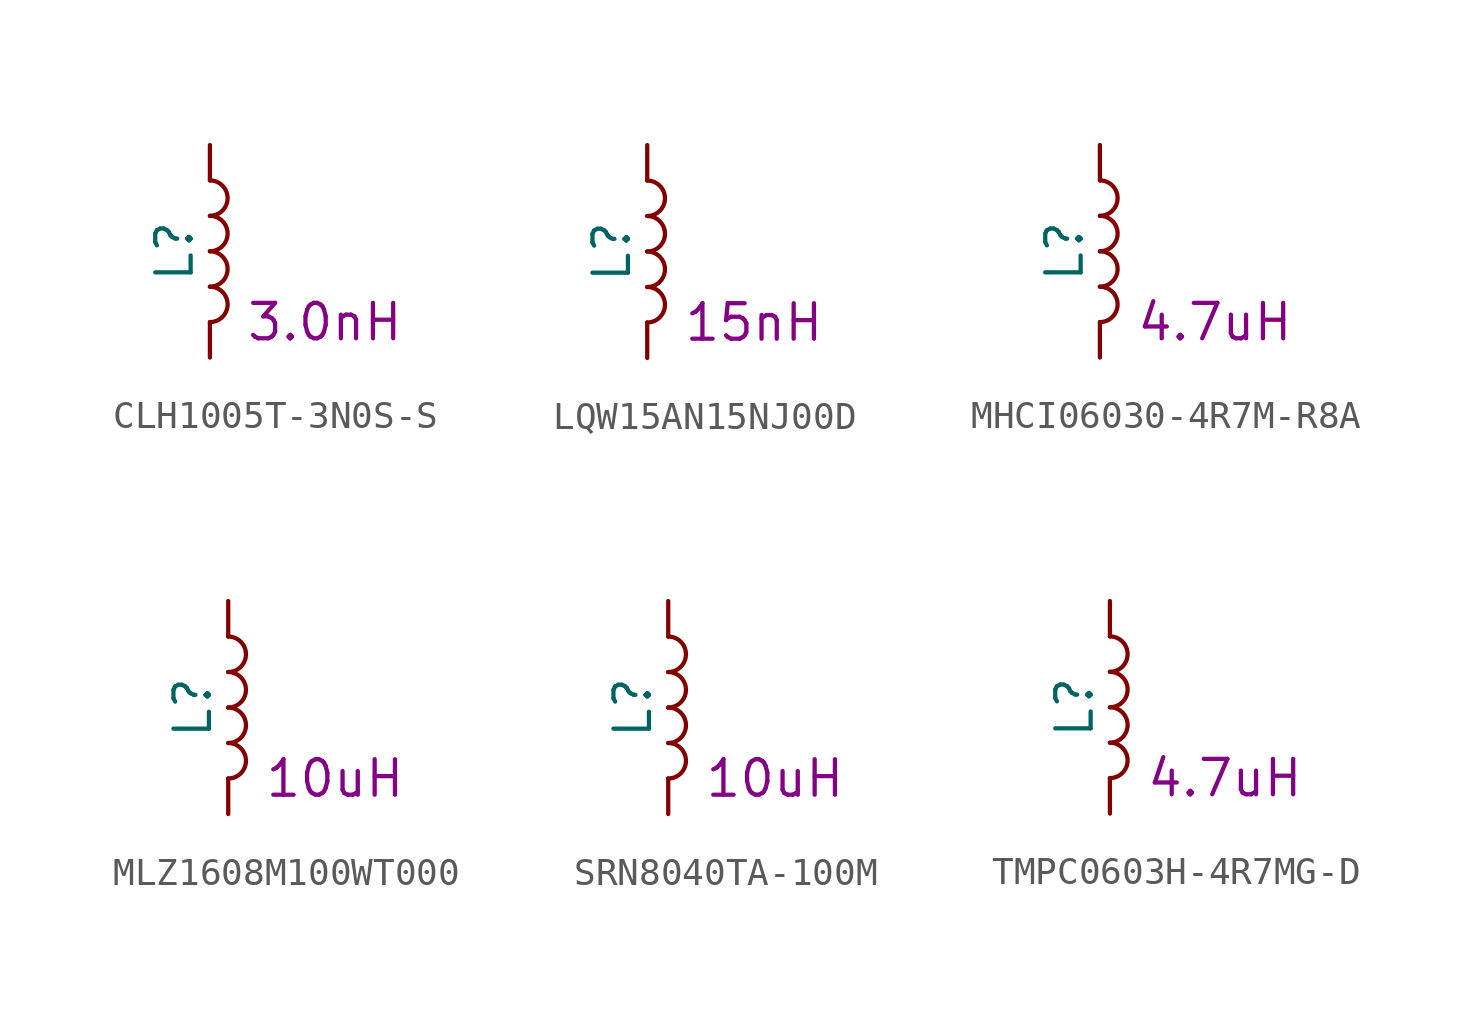
<source format=kicad_sym>
(kicad_symbol_lib
  (version 20220914)
  (generator kicad_symbol_editor)
  (symbol "CLH1005T-3N0S-S"
    (pin_numbers hide)
    (pin_names
      (offset 1.016) hide)
    (property "Reference" "L"
      (at -1.27 0 90)
      (effects (font (size 1.27 1.27))))
    (property "Inductance" "3.0nH"
      (at 1.27 -2.54 0)
      (effects (font (size 1.27 1.27)) (justify left)))
    (symbol "CLH1005T-3N0S-S_0_1"
      (arc (start 0 -2.54) (mid 0.6323 -1.905) (end 0 -1.27) (stroke (width 0) (type default)) (fill (type none)))
      (arc (start 0 -1.27) (mid 0.6323 -0.635) (end 0 0) (stroke (width 0) (type default)) (fill (type none)))
      (arc (start 0 0) (mid 0.6323 0.635) (end 0 1.27) (stroke (width 0) (type default)) (fill (type none)))
      (arc (start 0 1.27) (mid 0.6323 1.905) (end 0 2.54) (stroke (width 0) (type default)) (fill (type none))))
    (symbol "CLH1005T-3N0S-S_1_1"
      (pin passive line (at 0 3.81 270) (length 1.27) (name "1" (effects (font (size 1.27 1.27)))) (number "1" (effects (font (size 1.27 1.27)))))
      (pin passive line (at 0 -3.81 90) (length 1.27) (name "2" (effects (font (size 1.27 1.27)))) (number "2" (effects (font (size 1.27 1.27)))))))
  (symbol "LQW15AN15NJ00D"
    (pin_numbers hide)
    (pin_names
      (offset 1.016) hide)
    (property "Reference" "L"
      (at -1.27 0 90)
      (effects (font (size 1.27 1.27))))
    (property "Inductance" "15nH"
      (at 1.27 -2.54 0)
      (effects (font (size 1.27 1.27)) (justify left)))
    (symbol "LQW15AN15NJ00D_0_1"
      (arc (start 0 -2.54) (mid 0.6323 -1.905) (end 0 -1.27) (stroke (width 0) (type default)) (fill (type none)))
      (arc (start 0 -1.27) (mid 0.6323 -0.635) (end 0 0) (stroke (width 0) (type default)) (fill (type none)))
      (arc (start 0 0) (mid 0.6323 0.635) (end 0 1.27) (stroke (width 0) (type default)) (fill (type none)))
      (arc (start 0 1.27) (mid 0.6323 1.905) (end 0 2.54) (stroke (width 0) (type default)) (fill (type none))))
    (symbol "LQW15AN15NJ00D_1_1"
      (pin passive line (at 0 3.81 270) (length 1.27) (name "1" (effects (font (size 1.27 1.27)))) (number "1" (effects (font (size 1.27 1.27)))))
      (pin passive line (at 0 -3.81 90) (length 1.27) (name "2" (effects (font (size 1.27 1.27)))) (number "2" (effects (font (size 1.27 1.27)))))))
  (symbol "MHCI06030-4R7M-R8A"
    (pin_numbers hide)
    (pin_names
      (offset 1.016) hide)
    (property "Reference" "L"
      (at -1.27 0 90)
      (effects (font (size 1.27 1.27))))
    (property "Inductance" "4.7uH"
      (at 1.27 -2.54 0)
      (effects (font (size 1.27 1.27)) (justify left)))
    (symbol "MHCI06030-4R7M-R8A_0_1"
      (arc (start 0 -2.54) (mid 0.6323 -1.905) (end 0 -1.27) (stroke (width 0) (type default)) (fill (type none)))
      (arc (start 0 -1.27) (mid 0.6323 -0.635) (end 0 0) (stroke (width 0) (type default)) (fill (type none)))
      (arc (start 0 0) (mid 0.6323 0.635) (end 0 1.27) (stroke (width 0) (type default)) (fill (type none)))
      (arc (start 0 1.27) (mid 0.6323 1.905) (end 0 2.54) (stroke (width 0) (type default)) (fill (type none))))
    (symbol "MHCI06030-4R7M-R8A_1_1"
      (pin passive line (at 0 3.81 270) (length 1.27) (name "1" (effects (font (size 1.27 1.27)))) (number "1" (effects (font (size 1.27 1.27)))))
      (pin passive line (at 0 -3.81 90) (length 1.27) (name "2" (effects (font (size 1.27 1.27)))) (number "2" (effects (font (size 1.27 1.27)))))))
  (symbol "MLZ1608M100WT000"
    (pin_numbers hide)
    (pin_names
      (offset 1.016) hide)
    (property "Reference" "L"
      (at -1.27 0 90)
      (effects (font (size 1.27 1.27))))
    (property "Inductance" "10uH"
      (at 1.27 -2.54 0)
      (effects (font (size 1.27 1.27)) (justify left)))
    (symbol "MLZ1608M100WT000_0_1"
      (arc (start 0 -2.54) (mid 0.6323 -1.905) (end 0 -1.27) (stroke (width 0) (type default)) (fill (type none)))
      (arc (start 0 -1.27) (mid 0.6323 -0.635) (end 0 0) (stroke (width 0) (type default)) (fill (type none)))
      (arc (start 0 0) (mid 0.6323 0.635) (end 0 1.27) (stroke (width 0) (type default)) (fill (type none)))
      (arc (start 0 1.27) (mid 0.6323 1.905) (end 0 2.54) (stroke (width 0) (type default)) (fill (type none))))
    (symbol "MLZ1608M100WT000_1_1"
      (pin passive line (at 0 3.81 270) (length 1.27) (name "1" (effects (font (size 1.27 1.27)))) (number "1" (effects (font (size 1.27 1.27)))))
      (pin passive line (at 0 -3.81 90) (length 1.27) (name "2" (effects (font (size 1.27 1.27)))) (number "2" (effects (font (size 1.27 1.27)))))))
  (symbol "SRN8040TA-100M"
    (pin_numbers hide)
    (pin_names
      (offset 1.016) hide)
    (property "Reference" "L"
      (at -1.27 0 90)
      (effects (font (size 1.27 1.27))))
    (property "Inductance" "10uH"
      (at 1.27 -2.54 0)
      (effects (font (size 1.27 1.27)) (justify left)))
    (symbol "SRN8040TA-100M_0_1"
      (arc (start 0 -2.54) (mid 0.6323 -1.905) (end 0 -1.27) (stroke (width 0) (type default)) (fill (type none)))
      (arc (start 0 -1.27) (mid 0.6323 -0.635) (end 0 0) (stroke (width 0) (type default)) (fill (type none)))
      (arc (start 0 0) (mid 0.6323 0.635) (end 0 1.27) (stroke (width 0) (type default)) (fill (type none)))
      (arc (start 0 1.27) (mid 0.6323 1.905) (end 0 2.54) (stroke (width 0) (type default)) (fill (type none))))
    (symbol "SRN8040TA-100M_1_1"
      (pin passive line (at 0 3.81 270) (length 1.27) (name "1" (effects (font (size 1.27 1.27)))) (number "1" (effects (font (size 1.27 1.27)))))
      (pin passive line (at 0 -3.81 90) (length 1.27) (name "2" (effects (font (size 1.27 1.27)))) (number "2" (effects (font (size 1.27 1.27)))))))
  (symbol "TMPC0603H-4R7MG-D"
    (pin_numbers hide)
    (pin_names
      (offset 1.016) hide)
    (property "Reference" "L"
      (at -1.27 0 90)
      (effects (font (size 1.27 1.27))))
    (property "Inductance" "4.7uH"
      (at 1.27 -2.54 0)
      (effects (font (size 1.27 1.27)) (justify left)))
    (symbol "TMPC0603H-4R7MG-D_0_1"
      (arc (start 0 -2.54) (mid 0.6323 -1.905) (end 0 -1.27) (stroke (width 0) (type default)) (fill (type none)))
      (arc (start 0 -1.27) (mid 0.6323 -0.635) (end 0 0) (stroke (width 0) (type default)) (fill (type none)))
      (arc (start 0 0) (mid 0.6323 0.635) (end 0 1.27) (stroke (width 0) (type default)) (fill (type none)))
      (arc (start 0 1.27) (mid 0.6323 1.905) (end 0 2.54) (stroke (width 0) (type default)) (fill (type none))))
    (symbol "TMPC0603H-4R7MG-D_1_1"
      (pin passive line (at 0 3.81 270) (length 1.27) (name "1" (effects (font (size 1.27 1.27)))) (number "1" (effects (font (size 1.27 1.27)))))
      (pin passive line (at 0 -3.81 90) (length 1.27) (name "2" (effects (font (size 1.27 1.27)))) (number "2" (effects (font (size 1.27 1.27))))))))
</source>
